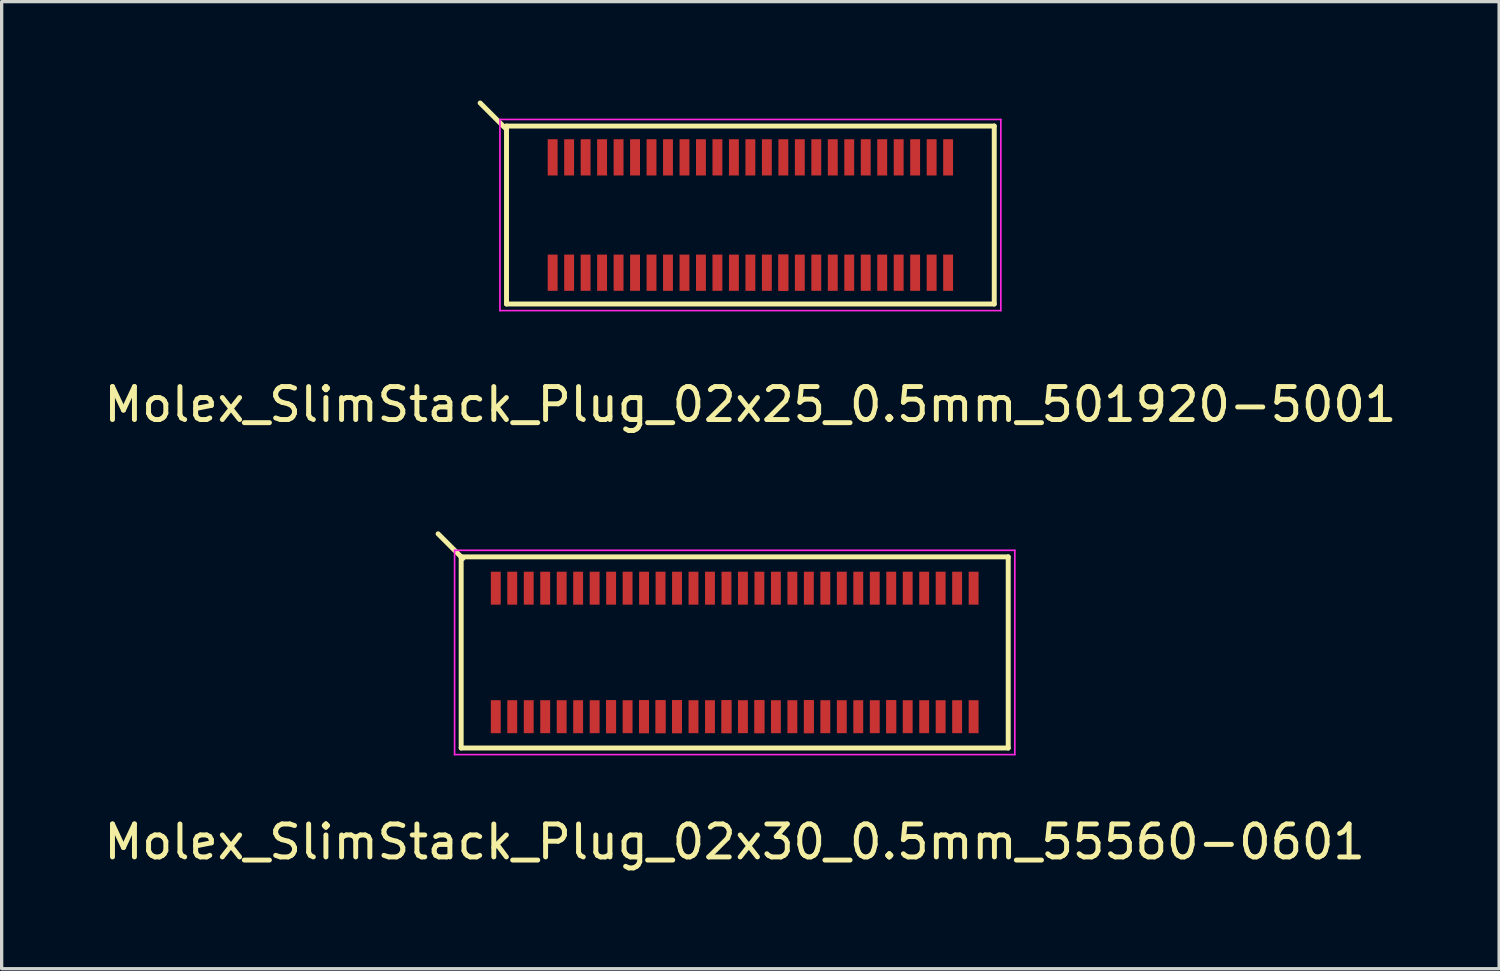
<source format=kicad_pcb>
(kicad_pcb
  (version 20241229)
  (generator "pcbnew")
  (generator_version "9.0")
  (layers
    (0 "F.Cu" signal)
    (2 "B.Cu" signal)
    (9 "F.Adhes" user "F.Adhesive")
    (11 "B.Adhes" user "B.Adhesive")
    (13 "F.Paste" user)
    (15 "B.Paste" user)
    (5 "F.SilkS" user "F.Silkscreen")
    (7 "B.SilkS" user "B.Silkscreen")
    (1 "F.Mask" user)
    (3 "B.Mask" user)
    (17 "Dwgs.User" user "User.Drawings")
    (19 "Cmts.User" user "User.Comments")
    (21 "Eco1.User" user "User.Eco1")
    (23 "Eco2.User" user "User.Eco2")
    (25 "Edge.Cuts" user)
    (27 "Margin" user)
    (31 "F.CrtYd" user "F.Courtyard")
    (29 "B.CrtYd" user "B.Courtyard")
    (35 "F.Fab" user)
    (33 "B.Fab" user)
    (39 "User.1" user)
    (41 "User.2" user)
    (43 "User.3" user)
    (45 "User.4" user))
  (footprint "Molex_SlimStack_Plug_02x25_0.5mm_501920-5001"
    (layer "F.Cu")
    (at 19.72 3.475)
    (property "Reference" "Molex_SlimStack_Plug_02x25_0.5mm_501920-5001" (at 0 5.75 0) (layer "F.SilkS") (effects (font (size 1 1) (thickness 0.15))))
    (attr smd)
    (fp_line (start -7.45 -2.65) (end -8.2 -3.4) (stroke (width 0.15) (type solid)) (layer "F.SilkS"))
    (fp_line (start -7.4 -2.7) (end -7.4 2.7) (stroke (width 0.15) (type solid)) (layer "F.SilkS"))
    (fp_line (start -7.4 2.7) (end 7.4 2.7) (stroke (width 0.15) (type solid)) (layer "F.SilkS"))
    (fp_line (start 7.4 -2.7) (end -7.4 -2.7) (stroke (width 0.15) (type solid)) (layer "F.SilkS"))
    (fp_line (start 7.4 2.7) (end 7.4 -2.7) (stroke (width 0.15) (type solid)) (layer "F.SilkS"))
    (fp_line (start -7.6 -2.9) (end -7.6 2.9) (stroke (width 0.05) (type solid)) (layer "F.CrtYd"))
    (fp_line (start -7.6 2.9) (end 7.6 2.9) (stroke (width 0.05) (type solid)) (layer "F.CrtYd"))
    (fp_line (start 7.6 -2.9) (end -7.6 -2.9) (stroke (width 0.05) (type solid)) (layer "F.CrtYd"))
    (fp_line (start 7.6 2.9) (end 7.6 -2.9) (stroke (width 0.05) (type solid)) (layer "F.CrtYd"))
    (pad "1" smd rect (at -6 -1.75) (size 0.3 1.1) (layers "F.Cu" "F.Mask" "F.Paste"))
    (pad "2" smd rect (at -6 1.75) (size 0.3 1.1) (layers "F.Cu" "F.Mask" "F.Paste"))
    (pad "3" smd rect (at -5.5 -1.75) (size 0.3 1.1) (layers "F.Cu" "F.Mask" "F.Paste"))
    (pad "4" smd rect (at -5.5 1.75) (size 0.3 1.1) (layers "F.Cu" "F.Mask" "F.Paste"))
    (pad "5" smd rect (at -5 -1.75) (size 0.3 1.1) (layers "F.Cu" "F.Mask" "F.Paste"))
    (pad "6" smd rect (at -5 1.75) (size 0.3 1.1) (layers "F.Cu" "F.Mask" "F.Paste"))
    (pad "7" smd rect (at -4.5 -1.75) (size 0.3 1.1) (layers "F.Cu" "F.Mask" "F.Paste"))
    (pad "8" smd rect (at -4.5 1.75) (size 0.3 1.1) (layers "F.Cu" "F.Mask" "F.Paste"))
    (pad "9" smd rect (at -4 -1.75) (size 0.3 1.1) (layers "F.Cu" "F.Mask" "F.Paste"))
    (pad "10" smd rect (at -4 1.75) (size 0.3 1.1) (layers "F.Cu" "F.Mask" "F.Paste"))
    (pad "11" smd rect (at -3.5 -1.75) (size 0.3 1.1) (layers "F.Cu" "F.Mask" "F.Paste"))
    (pad "12" smd rect (at -3.5 1.75) (size 0.3 1.1) (layers "F.Cu" "F.Mask" "F.Paste"))
    (pad "13" smd rect (at -3 -1.75) (size 0.3 1.1) (layers "F.Cu" "F.Mask" "F.Paste"))
    (pad "14" smd rect (at -3 1.75) (size 0.3 1.1) (layers "F.Cu" "F.Mask" "F.Paste"))
    (pad "15" smd rect (at -2.5 -1.75) (size 0.3 1.1) (layers "F.Cu" "F.Mask" "F.Paste"))
    (pad "16" smd rect (at -2.5 1.75) (size 0.3 1.1) (layers "F.Cu" "F.Mask" "F.Paste"))
    (pad "17" smd rect (at -2 -1.75) (size 0.3 1.1) (layers "F.Cu" "F.Mask" "F.Paste"))
    (pad "18" smd rect (at -2 1.75) (size 0.3 1.1) (layers "F.Cu" "F.Mask" "F.Paste"))
    (pad "19" smd rect (at -1.5 -1.75) (size 0.3 1.1) (layers "F.Cu" "F.Mask" "F.Paste"))
    (pad "20" smd rect (at -1.5 1.75) (size 0.3 1.1) (layers "F.Cu" "F.Mask" "F.Paste"))
    (pad "21" smd rect (at -1 -1.75) (size 0.3 1.1) (layers "F.Cu" "F.Mask" "F.Paste"))
    (pad "22" smd rect (at -1 1.75) (size 0.3 1.1) (layers "F.Cu" "F.Mask" "F.Paste"))
    (pad "23" smd rect (at -0.5 -1.75) (size 0.3 1.1) (layers "F.Cu" "F.Mask" "F.Paste"))
    (pad "24" smd rect (at -0.5 1.75) (size 0.3 1.1) (layers "F.Cu" "F.Mask" "F.Paste"))
    (pad "25" smd rect (at 0 -1.75) (size 0.3 1.1) (layers "F.Cu" "F.Mask" "F.Paste"))
    (pad "26" smd rect (at 0 1.75) (size 0.3 1.1) (layers "F.Cu" "F.Mask" "F.Paste"))
    (pad "27" smd rect (at 0.5 -1.75) (size 0.3 1.1) (layers "F.Cu" "F.Mask" "F.Paste"))
    (pad "28" smd rect (at 0.5 1.75) (size 0.3 1.1) (layers "F.Cu" "F.Mask" "F.Paste"))
    (pad "29" smd rect (at 1 -1.75) (size 0.3 1.1) (layers "F.Cu" "F.Mask" "F.Paste"))
    (pad "30" smd rect (at 1 1.75) (size 0.3 1.1) (layers "F.Cu" "F.Mask" "F.Paste"))
    (pad "30" smd rect (at 1 1.75) (size 0.3 1.1) (layers "F.Cu" "F.Mask" "F.Paste"))
    (pad "31" smd rect (at 1.5 -1.75) (size 0.3 1.1) (layers "F.Cu" "F.Mask" "F.Paste"))
    (pad "32" smd rect (at 1.5 1.75) (size 0.3 1.1) (layers "F.Cu" "F.Mask" "F.Paste"))
    (pad "33" smd rect (at 2 -1.75) (size 0.3 1.1) (layers "F.Cu" "F.Mask" "F.Paste"))
    (pad "34" smd rect (at 2 1.75) (size 0.3 1.1) (layers "F.Cu" "F.Mask" "F.Paste"))
    (pad "35" smd rect (at 2.5 -1.75) (size 0.3 1.1) (layers "F.Cu" "F.Mask" "F.Paste"))
    (pad "36" smd rect (at 2.5 1.75) (size 0.3 1.1) (layers "F.Cu" "F.Mask" "F.Paste"))
    (pad "37" smd rect (at 3 -1.75) (size 0.3 1.1) (layers "F.Cu" "F.Mask" "F.Paste"))
    (pad "38" smd rect (at 3 1.75) (size 0.3 1.1) (layers "F.Cu" "F.Mask" "F.Paste"))
    (pad "39" smd rect (at 3.5 -1.75) (size 0.3 1.1) (layers "F.Cu" "F.Mask" "F.Paste"))
    (pad "40" smd rect (at 3.5 1.75) (size 0.3 1.1) (layers "F.Cu" "F.Mask" "F.Paste"))
    (pad "41" smd rect (at 4 -1.75) (size 0.3 1.1) (layers "F.Cu" "F.Mask" "F.Paste"))
    (pad "42" smd rect (at 4 1.75) (size 0.3 1.1) (layers "F.Cu" "F.Mask" "F.Paste"))
    (pad "43" smd rect (at 4.5 -1.75) (size 0.3 1.1) (layers "F.Cu" "F.Mask" "F.Paste"))
    (pad "44" smd rect (at 4.5 1.75) (size 0.3 1.1) (layers "F.Cu" "F.Mask" "F.Paste"))
    (pad "45" smd rect (at 5 -1.75) (size 0.3 1.1) (layers "F.Cu" "F.Mask" "F.Paste"))
    (pad "46" smd rect (at 5 1.75) (size 0.3 1.1) (layers "F.Cu" "F.Mask" "F.Paste"))
    (pad "47" smd rect (at 5.5 -1.75) (size 0.3 1.1) (layers "F.Cu" "F.Mask" "F.Paste"))
    (pad "48" smd rect (at 5.5 1.75) (size 0.3 1.1) (layers "F.Cu" "F.Mask" "F.Paste"))
    (pad "49" smd rect (at 6 -1.75) (size 0.3 1.1) (layers "F.Cu" "F.Mask" "F.Paste"))
    (pad "50" smd rect (at 6 1.75) (size 0.3 1.1) (layers "F.Cu" "F.Mask" "F.Paste")))
  (footprint "Molex_SlimStack_Plug_02x30_0.5mm_55560-0601"
    (layer "F.Cu")
    (at 19.244 16.748)
    (property "Reference" "Molex_SlimStack_Plug_02x30_0.5mm_55560-0601" (at 0 5.75 0) (layer "F.SilkS") (effects (font (size 1 1) (thickness 0.15))))
    (attr smd)
    (fp_line (start -8.3 -2.9) (end -8.3 2.9) (stroke (width 0.15) (type solid)) (layer "F.SilkS"))
    (fp_line (start -8.3 2.9) (end 8.3 2.9) (stroke (width 0.15) (type solid)) (layer "F.SilkS"))
    (fp_line (start -8.25 -2.85) (end -9 -3.6) (stroke (width 0.15) (type solid)) (layer "F.SilkS"))
    (fp_line (start 8.3 -2.9) (end -8.3 -2.9) (stroke (width 0.15) (type solid)) (layer "F.SilkS"))
    (fp_line (start 8.3 2.9) (end 8.3 -2.9) (stroke (width 0.15) (type solid)) (layer "F.SilkS"))
    (fp_line (start -8.5 -3.1) (end -8.5 3.1) (stroke (width 0.05) (type solid)) (layer "F.CrtYd"))
    (fp_line (start -8.5 3.1) (end 8.5 3.1) (stroke (width 0.05) (type solid)) (layer "F.CrtYd"))
    (fp_line (start 8.5 -3.1) (end -8.5 -3.1) (stroke (width 0.05) (type solid)) (layer "F.CrtYd"))
    (fp_line (start 8.5 3.1) (end 8.5 -3.1) (stroke (width 0.05) (type solid)) (layer "F.CrtYd"))
    (pad "1" smd rect (at -7.25 -1.95) (size 0.3 1) (layers "F.Cu" "F.Mask" "F.Paste"))
    (pad "2" smd rect (at -7.25 1.95) (size 0.3 1) (layers "F.Cu" "F.Mask" "F.Paste"))
    (pad "3" smd rect (at -6.75 -1.95) (size 0.3 1) (layers "F.Cu" "F.Mask" "F.Paste"))
    (pad "4" smd rect (at -6.75 1.95) (size 0.3 1) (layers "F.Cu" "F.Mask" "F.Paste"))
    (pad "5" smd rect (at -6.25 -1.95) (size 0.3 1) (layers "F.Cu" "F.Mask" "F.Paste"))
    (pad "6" smd rect (at -6.25 1.95) (size 0.3 1) (layers "F.Cu" "F.Mask" "F.Paste"))
    (pad "7" smd rect (at -5.75 -1.95) (size 0.3 1) (layers "F.Cu" "F.Mask" "F.Paste"))
    (pad "8" smd rect (at -5.75 1.95) (size 0.3 1) (layers "F.Cu" "F.Mask" "F.Paste"))
    (pad "9" smd rect (at -5.25 -1.95) (size 0.3 1) (layers "F.Cu" "F.Mask" "F.Paste"))
    (pad "10" smd rect (at -5.25 1.95) (size 0.3 1) (layers "F.Cu" "F.Mask" "F.Paste"))
    (pad "11" smd rect (at -4.75 -1.95) (size 0.3 1) (layers "F.Cu" "F.Mask" "F.Paste"))
    (pad "12" smd rect (at -4.75 1.95) (size 0.3 1) (layers "F.Cu" "F.Mask" "F.Paste"))
    (pad "13" smd rect (at -4.25 -1.95) (size 0.3 1) (layers "F.Cu" "F.Mask" "F.Paste"))
    (pad "14" smd rect (at -4.25 1.95) (size 0.3 1) (layers "F.Cu" "F.Mask" "F.Paste"))
    (pad "15" smd rect (at -3.75 -1.95) (size 0.3 1) (layers "F.Cu" "F.Mask" "F.Paste"))
    (pad "16" smd rect (at -3.75 1.95) (size 0.3 1) (layers "F.Cu" "F.Mask" "F.Paste"))
    (pad "16" smd rect (at -3.75 1.95) (size 0.3 1) (layers "F.Cu" "F.Mask" "F.Paste"))
    (pad "17" smd rect (at -3.25 -1.95) (size 0.3 1) (layers "F.Cu" "F.Mask" "F.Paste"))
    (pad "18" smd rect (at -3.25 1.95) (size 0.3 1) (layers "F.Cu" "F.Mask" "F.Paste"))
    (pad "19" smd rect (at -2.75 -1.95) (size 0.3 1) (layers "F.Cu" "F.Mask" "F.Paste"))
    (pad "20" smd rect (at -2.75 1.95) (size 0.3 1) (layers "F.Cu" "F.Mask" "F.Paste"))
    (pad "20" smd rect (at -2.75 1.95) (size 0.3 1) (layers "F.Cu" "F.Mask" "F.Paste"))
    (pad "21" smd rect (at -2.25 -1.95) (size 0.3 1) (layers "F.Cu" "F.Mask" "F.Paste"))
    (pad "22" smd rect (at -2.25 1.95) (size 0.3 1) (layers "F.Cu" "F.Mask" "F.Paste"))
    (pad "22" smd rect (at -2.25 1.95) (size 0.3 1) (layers "F.Cu" "F.Mask" "F.Paste"))
    (pad "23" smd rect (at -1.75 -1.95) (size 0.3 1) (layers "F.Cu" "F.Mask" "F.Paste"))
    (pad "24" smd rect (at -1.75 1.95) (size 0.3 1) (layers "F.Cu" "F.Mask" "F.Paste"))
    (pad "24" smd rect (at -1.75 1.95) (size 0.3 1) (layers "F.Cu" "F.Mask" "F.Paste"))
    (pad "25" smd rect (at -1.25 -1.95) (size 0.3 1) (layers "F.Cu" "F.Mask" "F.Paste"))
    (pad "26" smd rect (at -1.25 1.95) (size 0.3 1) (layers "F.Cu" "F.Mask" "F.Paste"))
    (pad "27" smd rect (at -0.75 -1.95) (size 0.3 1) (layers "F.Cu" "F.Mask" "F.Paste"))
    (pad "28" smd rect (at -0.75 1.95) (size 0.3 1) (layers "F.Cu" "F.Mask" "F.Paste"))
    (pad "29" smd rect (at -0.25 -1.95) (size 0.3 1) (layers "F.Cu" "F.Mask" "F.Paste"))
    (pad "30" smd rect (at -0.25 1.95) (size 0.3 1) (layers "F.Cu" "F.Mask" "F.Paste"))
    (pad "30" smd rect (at -0.25 1.95) (size 0.3 1) (layers "F.Cu" "F.Mask" "F.Paste"))
    (pad "31" smd rect (at 0.25 -1.95) (size 0.3 1) (layers "F.Cu" "F.Mask" "F.Paste"))
    (pad "32" smd rect (at 0.25 1.95) (size 0.3 1) (layers "F.Cu" "F.Mask" "F.Paste"))
    (pad "33" smd rect (at 0.75 -1.95) (size 0.3 1) (layers "F.Cu" "F.Mask" "F.Paste"))
    (pad "34" smd rect (at 0.75 1.95) (size 0.3 1) (layers "F.Cu" "F.Mask" "F.Paste"))
    (pad "34" smd rect (at 0.75 1.95) (size 0.3 1) (layers "F.Cu" "F.Mask" "F.Paste"))
    (pad "35" smd rect (at 1.25 -1.95) (size 0.3 1) (layers "F.Cu" "F.Mask" "F.Paste"))
    (pad "36" smd rect (at 1.25 1.95) (size 0.3 1) (layers "F.Cu" "F.Mask" "F.Paste"))
    (pad "37" smd rect (at 1.75 -1.95) (size 0.3 1) (layers "F.Cu" "F.Mask" "F.Paste"))
    (pad "38" smd rect (at 1.75 1.95) (size 0.3 1) (layers "F.Cu" "F.Mask" "F.Paste"))
    (pad "39" smd rect (at 2.25 -1.95) (size 0.3 1) (layers "F.Cu" "F.Mask" "F.Paste"))
    (pad "40" smd rect (at 2.25 1.95) (size 0.3 1) (layers "F.Cu" "F.Mask" "F.Paste"))
    (pad "40" smd rect (at 2.25 1.95) (size 0.3 1) (layers "F.Cu" "F.Mask" "F.Paste"))
    (pad "41" smd rect (at 2.75 -1.95) (size 0.3 1) (layers "F.Cu" "F.Mask" "F.Paste"))
    (pad "42" smd rect (at 2.75 1.95) (size 0.3 1) (layers "F.Cu" "F.Mask" "F.Paste"))
    (pad "43" smd rect (at 3.25 -1.95) (size 0.3 1) (layers "F.Cu" "F.Mask" "F.Paste"))
    (pad "44" smd rect (at 3.25 1.95) (size 0.3 1) (layers "F.Cu" "F.Mask" "F.Paste"))
    (pad "45" smd rect (at 3.75 -1.95) (size 0.3 1) (layers "F.Cu" "F.Mask" "F.Paste"))
    (pad "46" smd rect (at 3.75 1.95) (size 0.3 1) (layers "F.Cu" "F.Mask" "F.Paste"))
    (pad "47" smd rect (at 4.25 -1.95) (size 0.3 1) (layers "F.Cu" "F.Mask" "F.Paste"))
    (pad "48" smd rect (at 4.25 1.95) (size 0.3 1) (layers "F.Cu" "F.Mask" "F.Paste"))
    (pad "49" smd rect (at 4.75 -1.95) (size 0.3 1) (layers "F.Cu" "F.Mask" "F.Paste"))
    (pad "50" smd rect (at 4.75 1.95) (size 0.3 1) (layers "F.Cu" "F.Mask" "F.Paste"))
    (pad "50" smd rect (at 4.75 1.95) (size 0.3 1) (layers "F.Cu" "F.Mask" "F.Paste"))
    (pad "51" smd rect (at 5.25 -1.95) (size 0.3 1) (layers "F.Cu" "F.Mask" "F.Paste"))
    (pad "52" smd rect (at 5.25 1.95) (size 0.3 1) (layers "F.Cu" "F.Mask" "F.Paste"))
    (pad "53" smd rect (at 5.75 -1.95) (size 0.3 1) (layers "F.Cu" "F.Mask" "F.Paste"))
    (pad "54" smd rect (at 5.75 1.95) (size 0.3 1) (layers "F.Cu" "F.Mask" "F.Paste"))
    (pad "55" smd rect (at 6.25 -1.95) (size 0.3 1) (layers "F.Cu" "F.Mask" "F.Paste"))
    (pad "56" smd rect (at 6.25 1.95) (size 0.3 1) (layers "F.Cu" "F.Mask" "F.Paste"))
    (pad "57" smd rect (at 6.75 -1.95) (size 0.3 1) (layers "F.Cu" "F.Mask" "F.Paste"))
    (pad "58" smd rect (at 6.75 1.95) (size 0.3 1) (layers "F.Cu" "F.Mask" "F.Paste"))
    (pad "59" smd rect (at 7.25 -1.95) (size 0.3 1) (layers "F.Cu" "F.Mask" "F.Paste"))
    (pad "60" smd rect (at 7.25 1.95) (size 0.3 1) (layers "F.Cu" "F.Mask" "F.Paste")))
  (gr_rect
    (start -3 -3)
    (end 42.44 26.346)
    (stroke (width 0.1) (type default))
    (fill no)
    (layer "Edge.Cuts")))
</source>
